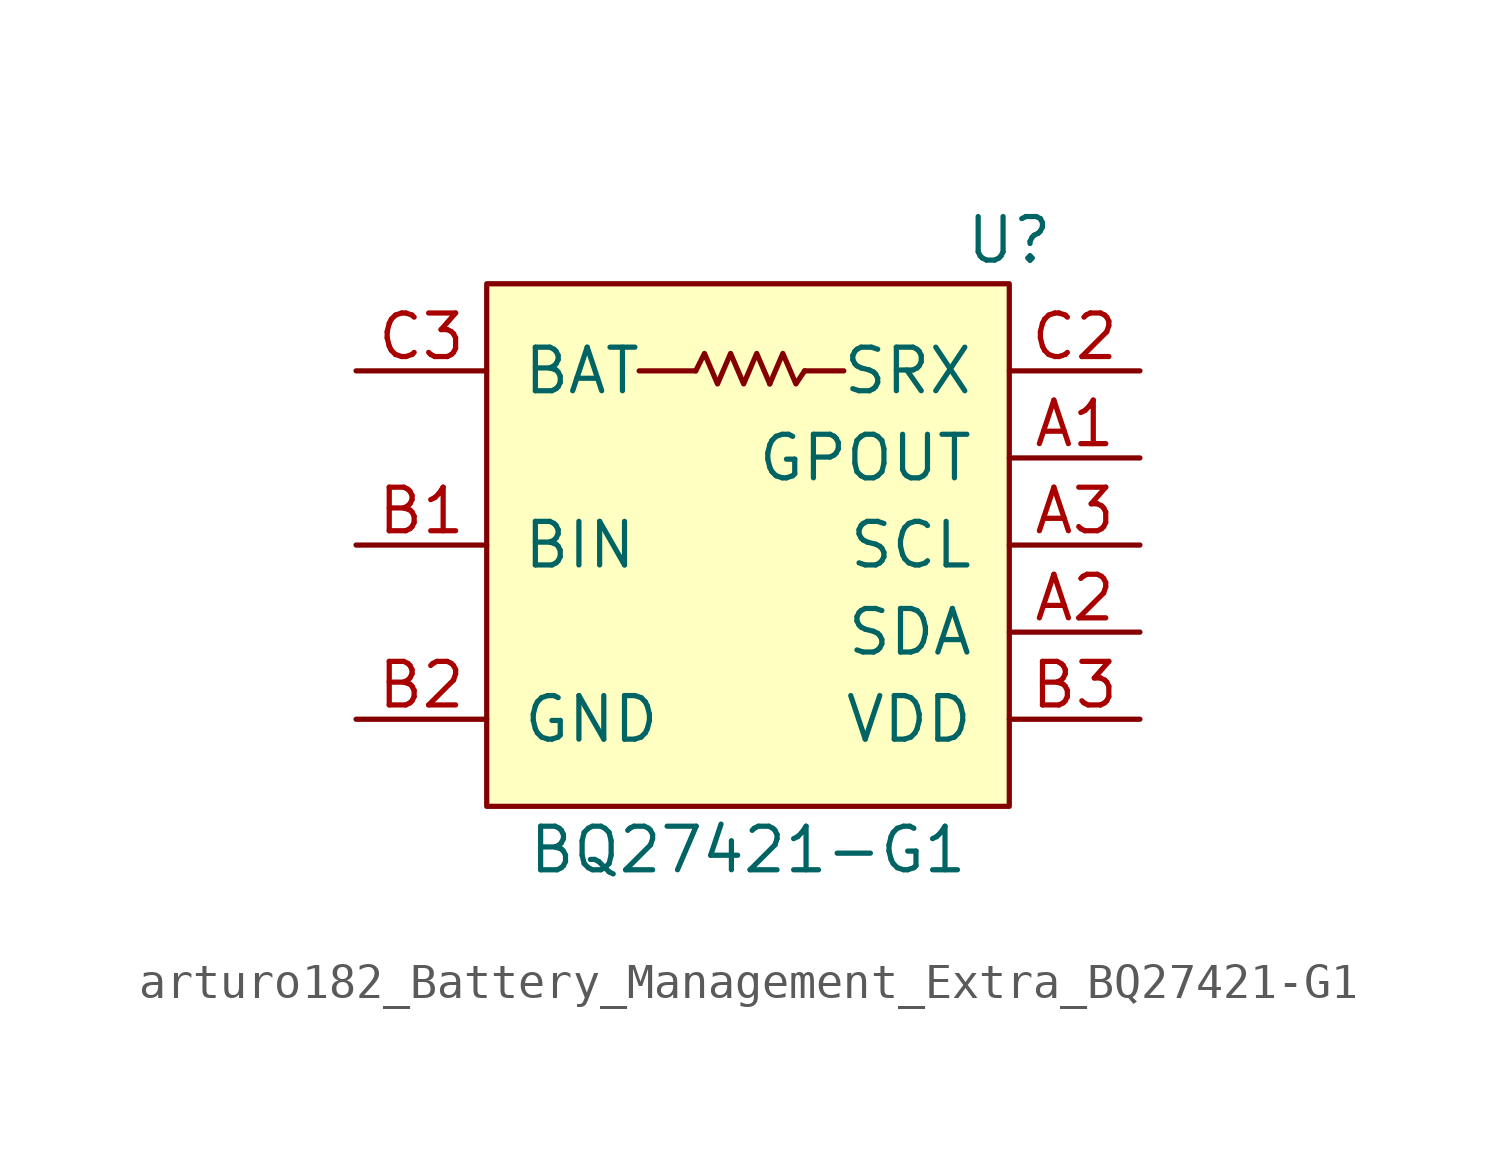
<source format=kicad_sym>
(kicad_symbol_lib
  (version 20220914)
  (generator kicad_symbol_editor)
  (symbol "arturo182_Battery_Management_Extra_BQ27421-G1"
    (pin_names
      (offset 1.016))
    (property "Reference" "U"
      (at 7.62 8.89 0)
      (effects (font (size 1.27 1.27))))
    (property "Value" "BQ27421-G1"
      (at 0 -8.89 0)
      (effects (font (size 1.27 1.27))))
    (symbol "arturo182_Battery_Management_Extra_BQ27421-G1_0_1"
      (rectangle (start -7.62 7.62) (end 7.62 -7.62) (stroke (width 0) (type default) (color 0 0 0 0)) (fill (type background)))
      (polyline (pts (xy -1.524 5.08) (xy -3.175 5.08)) (stroke (width 0) (type default) (color 0 0 0 0)) (fill (type none)))
      (polyline (pts (xy 1.651 5.08) (xy 2.794 5.08)) (stroke (width 0) (type default) (color 0 0 0 0)) (fill (type none)))
      (polyline (pts (xy 0.635 4.699) (xy 1.016 5.588) (xy 1.397 4.699) (xy 1.651 5.08)) (stroke (width 0) (type default) (color 0 0 0 0)) (fill (type none)))
      (polyline (pts (xy -1.524 5.08) (xy -1.27 5.588) (xy -0.889 4.699) (xy -0.508 5.588) (xy -0.127 4.699) (xy 0.254 5.588) (xy 0.635 4.699)) (stroke (width 0) (type default) (color 0 0 0 0)) (fill (type none))))
    (symbol "arturo182_Battery_Management_Extra_BQ27421-G1_1_1"
      (pin output line (at 11.43 2.54 180) (length 3.81) (name "GPOUT" (effects (font (size 1.27 1.27)))) (number "A1" (effects (font (size 1.27 1.27)))))
      (pin bidirectional line (at 11.43 -2.54 180) (length 3.81) (name "SDA" (effects (font (size 1.27 1.27)))) (number "A2" (effects (font (size 1.27 1.27)))))
      (pin input line (at 11.43 0 180) (length 3.81) (name "SCL" (effects (font (size 1.27 1.27)))) (number "A3" (effects (font (size 1.27 1.27)))))
      (pin input line (at -11.43 0 0) (length 3.81) (name "BIN" (effects (font (size 1.27 1.27)))) (number "B1" (effects (font (size 1.27 1.27)))))
      (pin power_out line (at -11.43 -5.08 0) (length 3.81) (name "GND" (effects (font (size 1.27 1.27)))) (number "B2" (effects (font (size 1.27 1.27)))))
      (pin power_out line (at 11.43 -5.08 180) (length 3.81) (name "VDD" (effects (font (size 1.27 1.27)))) (number "B3" (effects (font (size 1.27 1.27)))))
      (pin passive line (at -11.43 -5.08 0) (length 3.81) hide (name "GND" (effects (font (size 1.27 1.27)))) (number "C1" (effects (font (size 1.27 1.27)))))
      (pin power_out line (at 11.43 5.08 180) (length 3.81) (name "SRX" (effects (font (size 1.27 1.27)))) (number "C2" (effects (font (size 1.27 1.27)))))
      (pin power_in line (at -11.43 5.08 0) (length 3.81) (name "BAT" (effects (font (size 1.27 1.27)))) (number "C3" (effects (font (size 1.27 1.27))))))))
</source>
